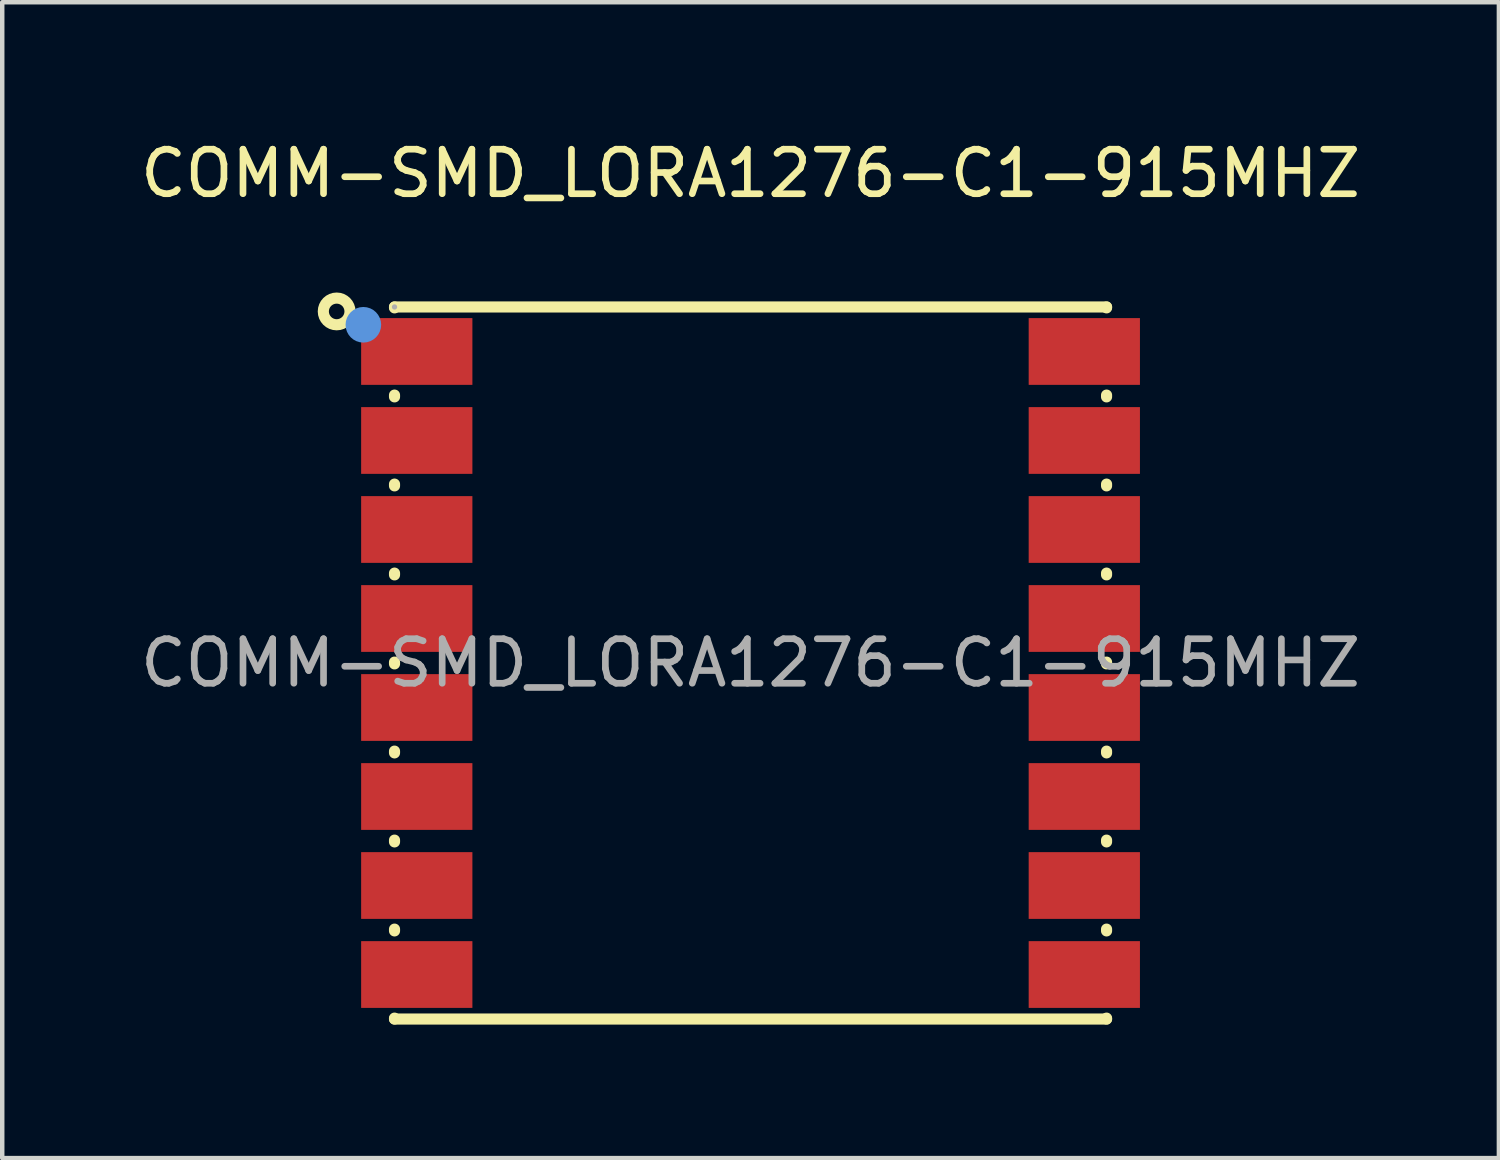
<source format=kicad_pcb>
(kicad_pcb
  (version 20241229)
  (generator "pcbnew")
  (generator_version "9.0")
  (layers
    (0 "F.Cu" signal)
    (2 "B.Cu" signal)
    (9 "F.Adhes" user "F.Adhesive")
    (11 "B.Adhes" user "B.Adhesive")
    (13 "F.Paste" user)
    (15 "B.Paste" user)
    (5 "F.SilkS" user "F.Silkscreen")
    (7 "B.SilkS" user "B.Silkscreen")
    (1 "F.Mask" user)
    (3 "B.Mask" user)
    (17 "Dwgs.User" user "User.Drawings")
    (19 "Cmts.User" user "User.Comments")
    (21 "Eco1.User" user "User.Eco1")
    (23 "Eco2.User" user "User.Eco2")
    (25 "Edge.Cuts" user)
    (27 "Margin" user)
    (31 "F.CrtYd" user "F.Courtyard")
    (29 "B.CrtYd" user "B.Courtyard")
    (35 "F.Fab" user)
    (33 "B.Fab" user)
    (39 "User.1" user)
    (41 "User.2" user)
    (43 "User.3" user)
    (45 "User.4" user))
  (footprint "COMM-SMD_LORA1276-C1-915MHZ"
    (layer "F.Cu")
    (at 13.815 11.848)
    (property "Reference" "COMM-SMD_LORA1276-C1-915MHZ" (at 0 -11 0) (layer "F.SilkS") (effects (font (size 1 1) (thickness 0.15))))
    (attr smd)
    (fp_line (start -8 -8) (end 8 -8) (stroke (width 0.25) (type solid)) (layer "F.SilkS"))
    (fp_line (start -8 -7.98) (end -8 -8) (stroke (width 0.25) (type solid)) (layer "F.SilkS"))
    (fp_line (start -8 -5.98) (end -8 -6.02) (stroke (width 0.25) (type solid)) (layer "F.SilkS"))
    (fp_line (start -8 -3.98) (end -8 -4.02) (stroke (width 0.25) (type solid)) (layer "F.SilkS"))
    (fp_line (start -8 -1.98) (end -8 -2.02) (stroke (width 0.25) (type solid)) (layer "F.SilkS"))
    (fp_line (start -8 0.02) (end -8 -0.02) (stroke (width 0.25) (type solid)) (layer "F.SilkS"))
    (fp_line (start -8 2.02) (end -8 1.98) (stroke (width 0.25) (type solid)) (layer "F.SilkS"))
    (fp_line (start -8 4.02) (end -8 3.98) (stroke (width 0.25) (type solid)) (layer "F.SilkS"))
    (fp_line (start -8 6.02) (end -8 5.98) (stroke (width 0.25) (type solid)) (layer "F.SilkS"))
    (fp_line (start -8 8) (end -8 7.98) (stroke (width 0.25) (type solid)) (layer "F.SilkS"))
    (fp_line (start 8 -8) (end 8 -7.98) (stroke (width 0.25) (type solid)) (layer "F.SilkS"))
    (fp_line (start 8 -6.02) (end 8 -5.98) (stroke (width 0.25) (type solid)) (layer "F.SilkS"))
    (fp_line (start 8 -4.02) (end 8 -3.98) (stroke (width 0.25) (type solid)) (layer "F.SilkS"))
    (fp_line (start 8 -2.02) (end 8 -1.98) (stroke (width 0.25) (type solid)) (layer "F.SilkS"))
    (fp_line (start 8 -0.02) (end 8 0.02) (stroke (width 0.25) (type solid)) (layer "F.SilkS"))
    (fp_line (start 8 1.98) (end 8 2.02) (stroke (width 0.25) (type solid)) (layer "F.SilkS"))
    (fp_line (start 8 3.98) (end 8 4.02) (stroke (width 0.25) (type solid)) (layer "F.SilkS"))
    (fp_line (start 8 5.98) (end 8 6.02) (stroke (width 0.25) (type solid)) (layer "F.SilkS"))
    (fp_line (start 8 7.98) (end 8 8) (stroke (width 0.25) (type solid)) (layer "F.SilkS"))
    (fp_line (start 8 8) (end -8 8) (stroke (width 0.25) (type solid)) (layer "F.SilkS"))
    (fp_circle (center -9.3 -7.9) (end -9 -7.9) (stroke (width 0.25) (type solid)) (fill no) (layer "F.SilkS"))
    (fp_circle (center -8.7 -7.6) (end -8.5 -7.6) (stroke (width 0.4) (type solid)) (fill no) (layer "Cmts.User"))
    (fp_circle (center -8 -8) (end -7.97 -8) (stroke (width 0.06) (type solid)) (fill no) (layer "F.Fab"))
    (fp_text user "${REFERENCE}" (at 0 0 0) (layer "F.Fab") (effects (font (size 1 1) (thickness 0.15))))
    (pad "1" smd rect (at -7.5 -7) (size 2.5 1.5) (layers "F.Cu" "F.Mask" "F.Paste"))
    (pad "2" smd rect (at -7.5 -5) (size 2.5 1.5) (layers "F.Cu" "F.Mask" "F.Paste"))
    (pad "3" smd rect (at -7.5 -3) (size 2.5 1.5) (layers "F.Cu" "F.Mask" "F.Paste"))
    (pad "4" smd rect (at -7.5 -1) (size 2.5 1.5) (layers "F.Cu" "F.Mask" "F.Paste"))
    (pad "5" smd rect (at -7.5 1) (size 2.5 1.5) (layers "F.Cu" "F.Mask" "F.Paste"))
    (pad "6" smd rect (at -7.5 3) (size 2.5 1.5) (layers "F.Cu" "F.Mask" "F.Paste"))
    (pad "7" smd rect (at -7.5 5) (size 2.5 1.5) (layers "F.Cu" "F.Mask" "F.Paste"))
    (pad "8" smd rect (at -7.5 7) (size 2.5 1.5) (layers "F.Cu" "F.Mask" "F.Paste"))
    (pad "9" smd rect (at 7.5 7) (size 2.5 1.5) (layers "F.Cu" "F.Mask" "F.Paste"))
    (pad "10" smd rect (at 7.5 5) (size 2.5 1.5) (layers "F.Cu" "F.Mask" "F.Paste"))
    (pad "11" smd rect (at 7.5 3) (size 2.5 1.5) (layers "F.Cu" "F.Mask" "F.Paste"))
    (pad "12" smd rect (at 7.5 1) (size 2.5 1.5) (layers "F.Cu" "F.Mask" "F.Paste"))
    (pad "13" smd rect (at 7.5 -1) (size 2.5 1.5) (layers "F.Cu" "F.Mask" "F.Paste"))
    (pad "14" smd rect (at 7.5 -3) (size 2.5 1.5) (layers "F.Cu" "F.Mask" "F.Paste"))
    (pad "15" smd rect (at 7.5 -5) (size 2.5 1.5) (layers "F.Cu" "F.Mask" "F.Paste"))
    (pad "16" smd rect (at 7.5 -7) (size 2.5 1.5) (layers "F.Cu" "F.Mask" "F.Paste")))
  (gr_rect
    (start -3 -3)
    (end 30.631 22.973)
    (stroke (width 0.1) (type default))
    (fill no)
    (layer "Edge.Cuts")))
</source>
